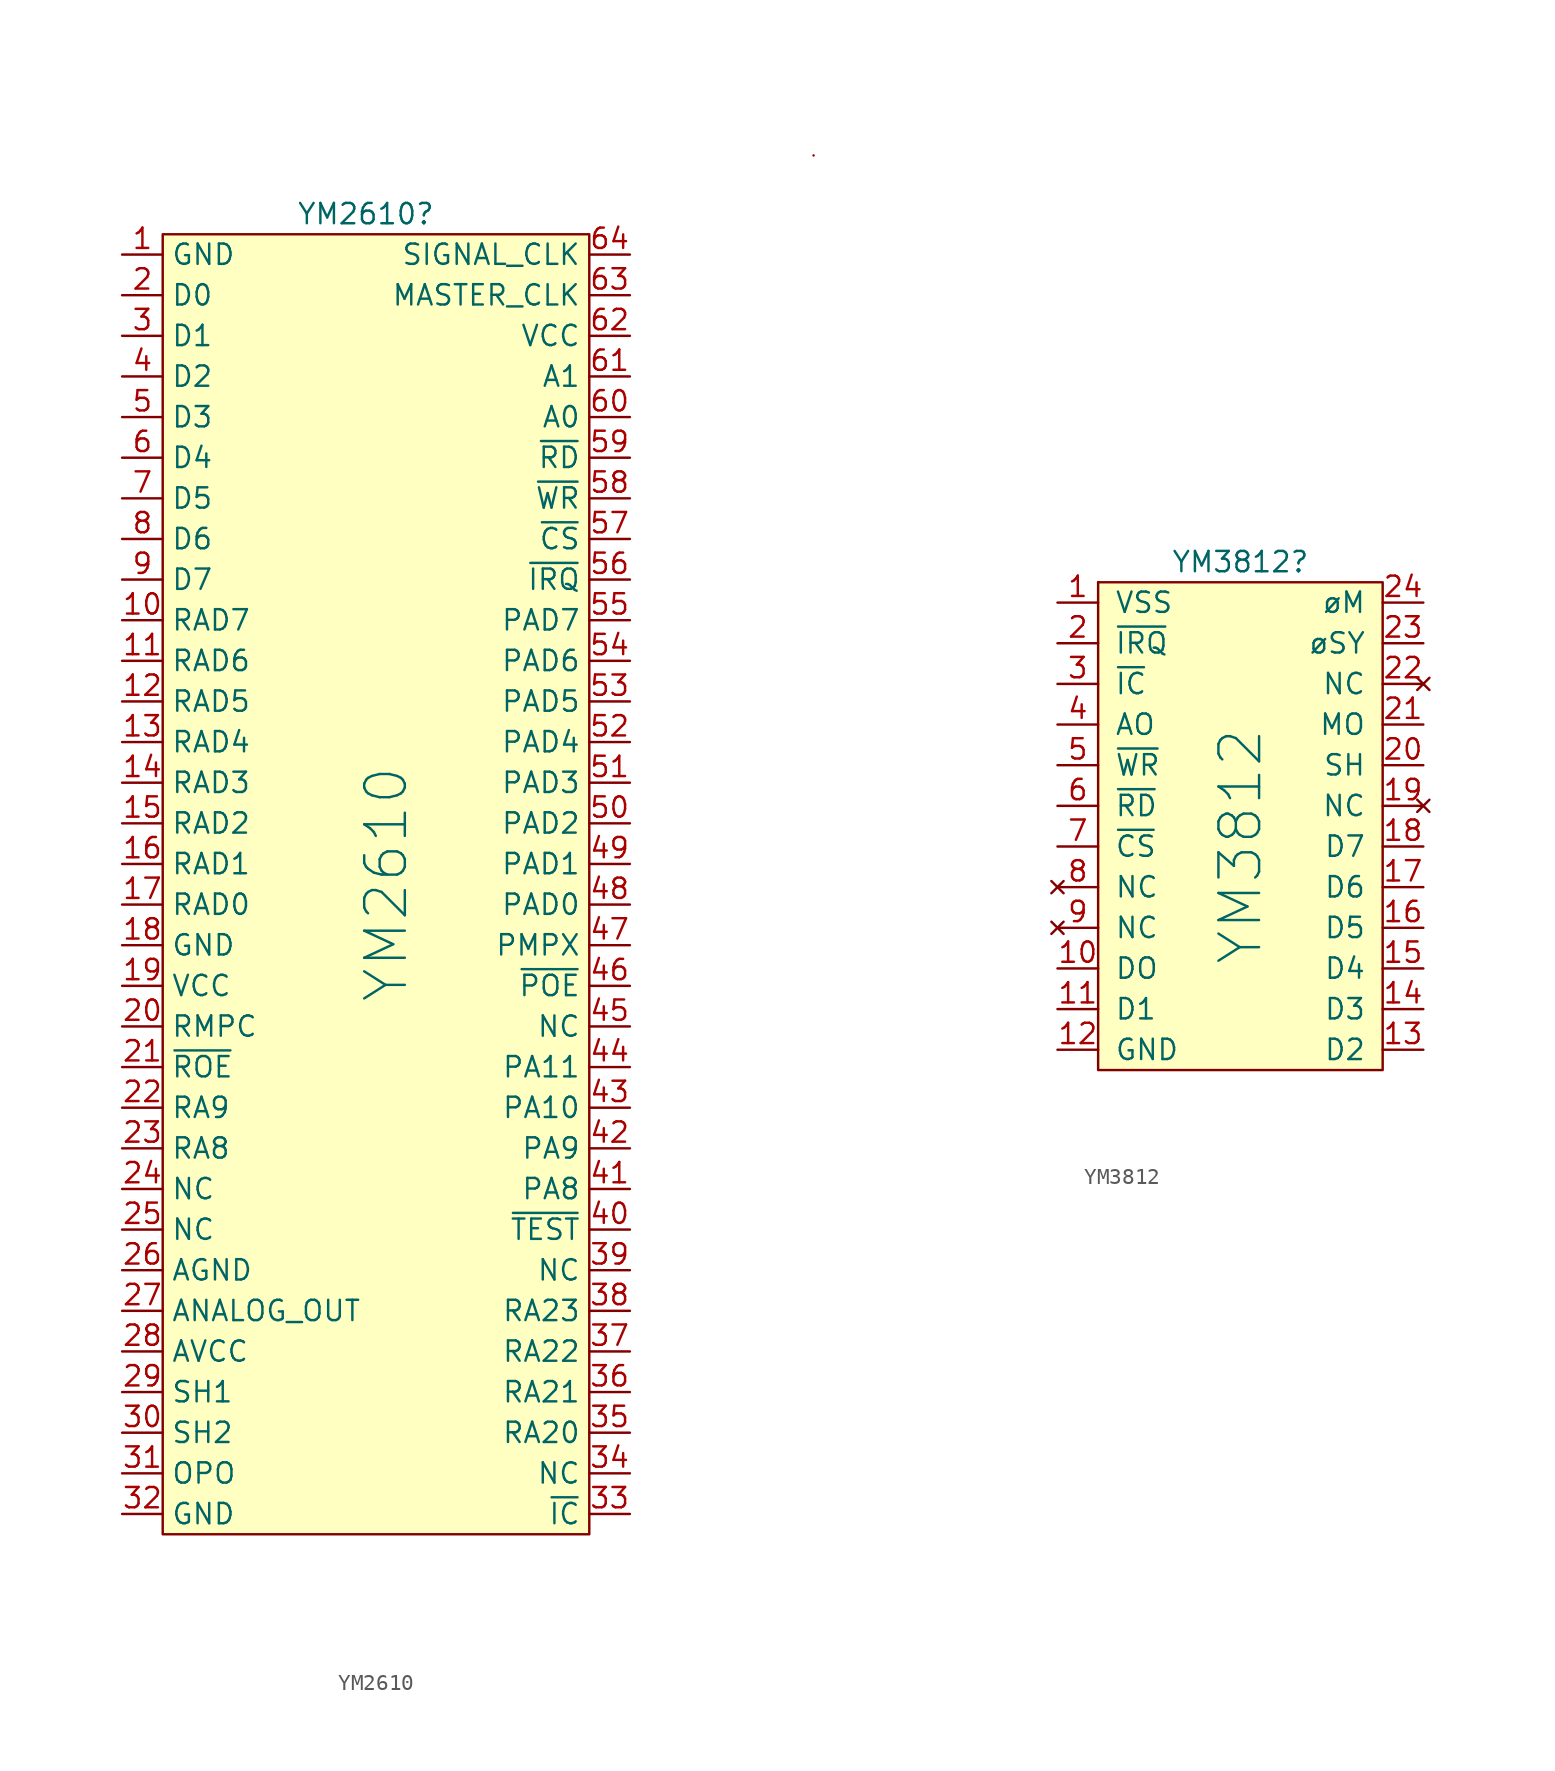
<source format=kicad_sym>
(kicad_symbol_lib
  (version 20220914)
  (generator kicad_symbol_editor)
  (symbol "YM2610"
    (property "Reference" "YM2610"
      (at -1.27 41.91 0)
      (effects (font (size 1.27 1.27))))
    (property "Value" "YM2610"
      (at 0 0 90)
      (effects (font (size 2.54 2.54))))
    (symbol "YM2610_0_0"
      (pin passive line (at -16.51 39.37 0) (length 2.54) (name "GND" (effects (font (size 1.27 1.27)))) (number "1" (effects (font (size 1.27 1.27)))))
      (pin bidirectional line (at -16.51 16.51 0) (length 2.54) (name "RAD7" (effects (font (size 1.27 1.27)))) (number "10" (effects (font (size 1.27 1.27)))))
      (pin bidirectional line (at -16.51 13.97 0) (length 2.54) (name "RAD6" (effects (font (size 1.27 1.27)))) (number "11" (effects (font (size 1.27 1.27)))))
      (pin bidirectional line (at -16.51 11.43 0) (length 2.54) (name "RAD5" (effects (font (size 1.27 1.27)))) (number "12" (effects (font (size 1.27 1.27)))))
      (pin bidirectional line (at -16.51 8.89 0) (length 2.54) (name "RAD4" (effects (font (size 1.27 1.27)))) (number "13" (effects (font (size 1.27 1.27)))))
      (pin bidirectional line (at -16.51 6.35 0) (length 2.54) (name "RAD3" (effects (font (size 1.27 1.27)))) (number "14" (effects (font (size 1.27 1.27)))))
      (pin bidirectional line (at -16.51 3.81 0) (length 2.54) (name "RAD2" (effects (font (size 1.27 1.27)))) (number "15" (effects (font (size 1.27 1.27)))))
      (pin bidirectional line (at -16.51 1.27 0) (length 2.54) (name "RAD1" (effects (font (size 1.27 1.27)))) (number "16" (effects (font (size 1.27 1.27)))))
      (pin bidirectional line (at -16.51 -1.27 0) (length 2.54) (name "RAD0" (effects (font (size 1.27 1.27)))) (number "17" (effects (font (size 1.27 1.27)))))
      (pin passive line (at -16.51 -3.81 0) (length 2.54) (name "GND" (effects (font (size 1.27 1.27)))) (number "18" (effects (font (size 1.27 1.27)))))
      (pin power_in line (at -16.51 -6.35 0) (length 2.54) (name "VCC" (effects (font (size 1.27 1.27)))) (number "19" (effects (font (size 1.27 1.27)))))
      (pin bidirectional line (at -16.51 36.83 0) (length 2.54) (name "D0" (effects (font (size 1.27 1.27)))) (number "2" (effects (font (size 1.27 1.27)))))
      (pin output line (at -16.51 -8.89 0) (length 2.54) (name "RMPC" (effects (font (size 1.27 1.27)))) (number "20" (effects (font (size 1.27 1.27)))))
      (pin output line (at -16.51 -11.43 0) (length 2.54) (name "~{ROE}" (effects (font (size 1.27 1.27)))) (number "21" (effects (font (size 1.27 1.27)))))
      (pin output line (at -16.51 -13.97 0) (length 2.54) (name "RA9" (effects (font (size 1.27 1.27)))) (number "22" (effects (font (size 1.27 1.27)))))
      (pin output line (at -16.51 -16.51 0) (length 2.54) (name "RA8" (effects (font (size 1.27 1.27)))) (number "23" (effects (font (size 1.27 1.27)))))
      (pin unspecified line (at -16.51 -19.05 0) (length 2.54) (name "NC" (effects (font (size 1.27 1.27)))) (number "24" (effects (font (size 1.27 1.27)))))
      (pin unspecified line (at -16.51 -21.59 0) (length 2.54) (name "NC" (effects (font (size 1.27 1.27)))) (number "25" (effects (font (size 1.27 1.27)))))
      (pin passive line (at -16.51 -24.13 0) (length 2.54) (name "AGND" (effects (font (size 1.27 1.27)))) (number "26" (effects (font (size 1.27 1.27)))))
      (pin output line (at -16.51 -26.67 0) (length 2.54) (name "ANALOG_OUT" (effects (font (size 1.27 1.27)))) (number "27" (effects (font (size 1.27 1.27)))))
      (pin input line (at -16.51 -29.21 0) (length 2.54) (name "AVCC" (effects (font (size 1.27 1.27)))) (number "28" (effects (font (size 1.27 1.27)))))
      (pin output line (at -16.51 -31.75 0) (length 2.54) (name "SH1" (effects (font (size 1.27 1.27)))) (number "29" (effects (font (size 1.27 1.27)))))
      (pin bidirectional line (at -16.51 34.29 0) (length 2.54) (name "D1" (effects (font (size 1.27 1.27)))) (number "3" (effects (font (size 1.27 1.27)))))
      (pin output line (at -16.51 -34.29 0) (length 2.54) (name "SH2" (effects (font (size 1.27 1.27)))) (number "30" (effects (font (size 1.27 1.27)))))
      (pin output line (at -16.51 -36.83 0) (length 2.54) (name "OPO" (effects (font (size 1.27 1.27)))) (number "31" (effects (font (size 1.27 1.27)))))
      (pin passive line (at -16.51 -39.37 0) (length 2.54) (name "GND" (effects (font (size 1.27 1.27)))) (number "32" (effects (font (size 1.27 1.27)))))
      (pin input line (at 15.24 -39.37 180) (length 2.54) (name "~{IC}" (effects (font (size 1.27 1.27)))) (number "33" (effects (font (size 1.27 1.27)))))
      (pin unspecified line (at 15.24 -36.83 180) (length 2.54) (name "NC" (effects (font (size 1.27 1.27)))) (number "34" (effects (font (size 1.27 1.27)))))
      (pin output line (at 15.24 -34.29 180) (length 2.54) (name "RA20" (effects (font (size 1.27 1.27)))) (number "35" (effects (font (size 1.27 1.27)))))
      (pin output line (at 15.24 -31.75 180) (length 2.54) (name "RA21" (effects (font (size 1.27 1.27)))) (number "36" (effects (font (size 1.27 1.27)))))
      (pin output line (at 15.24 -29.21 180) (length 2.54) (name "RA22" (effects (font (size 1.27 1.27)))) (number "37" (effects (font (size 1.27 1.27)))))
      (pin output line (at 15.24 -26.67 180) (length 2.54) (name "RA23" (effects (font (size 1.27 1.27)))) (number "38" (effects (font (size 1.27 1.27)))))
      (pin unspecified line (at 15.24 -24.13 180) (length 2.54) (name "NC" (effects (font (size 1.27 1.27)))) (number "39" (effects (font (size 1.27 1.27)))))
      (pin bidirectional line (at -16.51 31.75 0) (length 2.54) (name "D2" (effects (font (size 1.27 1.27)))) (number "4" (effects (font (size 1.27 1.27)))))
      (pin input line (at 15.24 -21.59 180) (length 2.54) (name "~{TEST}" (effects (font (size 1.27 1.27)))) (number "40" (effects (font (size 1.27 1.27)))))
      (pin output line (at 15.24 -19.05 180) (length 2.54) (name "PA8" (effects (font (size 1.27 1.27)))) (number "41" (effects (font (size 1.27 1.27)))))
      (pin output line (at 15.24 -16.51 180) (length 2.54) (name "PA9" (effects (font (size 1.27 1.27)))) (number "42" (effects (font (size 1.27 1.27)))))
      (pin output line (at 15.24 -13.97 180) (length 2.54) (name "PA10" (effects (font (size 1.27 1.27)))) (number "43" (effects (font (size 1.27 1.27)))))
      (pin output line (at 15.24 -11.43 180) (length 2.54) (name "PA11" (effects (font (size 1.27 1.27)))) (number "44" (effects (font (size 1.27 1.27)))))
      (pin unspecified line (at 15.24 -8.89 180) (length 2.54) (name "NC" (effects (font (size 1.27 1.27)))) (number "45" (effects (font (size 1.27 1.27)))))
      (pin output line (at 15.24 -6.35 180) (length 2.54) (name "~{POE}" (effects (font (size 1.27 1.27)))) (number "46" (effects (font (size 1.27 1.27)))))
      (pin output line (at 15.24 -3.81 180) (length 2.54) (name "PMPX" (effects (font (size 1.27 1.27)))) (number "47" (effects (font (size 1.27 1.27)))))
      (pin bidirectional line (at 15.24 -1.27 180) (length 2.54) (name "PAD0" (effects (font (size 1.27 1.27)))) (number "48" (effects (font (size 1.27 1.27)))))
      (pin bidirectional line (at 15.24 1.27 180) (length 2.54) (name "PAD1" (effects (font (size 1.27 1.27)))) (number "49" (effects (font (size 1.27 1.27)))))
      (pin bidirectional line (at -16.51 29.21 0) (length 2.54) (name "D3" (effects (font (size 1.27 1.27)))) (number "5" (effects (font (size 1.27 1.27)))))
      (pin bidirectional line (at 15.24 3.81 180) (length 2.54) (name "PAD2" (effects (font (size 1.27 1.27)))) (number "50" (effects (font (size 1.27 1.27)))))
      (pin bidirectional line (at 15.24 6.35 180) (length 2.54) (name "PAD3" (effects (font (size 1.27 1.27)))) (number "51" (effects (font (size 1.27 1.27)))))
      (pin bidirectional line (at 15.24 8.89 180) (length 2.54) (name "PAD4" (effects (font (size 1.27 1.27)))) (number "52" (effects (font (size 1.27 1.27)))))
      (pin bidirectional line (at 15.24 11.43 180) (length 2.54) (name "PAD5" (effects (font (size 1.27 1.27)))) (number "53" (effects (font (size 1.27 1.27)))))
      (pin bidirectional line (at 15.24 13.97 180) (length 2.54) (name "PAD6" (effects (font (size 1.27 1.27)))) (number "54" (effects (font (size 1.27 1.27)))))
      (pin bidirectional line (at 15.24 16.51 180) (length 2.54) (name "PAD7" (effects (font (size 1.27 1.27)))) (number "55" (effects (font (size 1.27 1.27)))))
      (pin output line (at 15.24 19.05 180) (length 2.54) (name "~{IRQ}" (effects (font (size 1.27 1.27)))) (number "56" (effects (font (size 1.27 1.27)))))
      (pin input line (at 15.24 21.59 180) (length 2.54) (name "~{CS}" (effects (font (size 1.27 1.27)))) (number "57" (effects (font (size 1.27 1.27)))))
      (pin input line (at 15.24 24.13 180) (length 2.54) (name "~{WR}" (effects (font (size 1.27 1.27)))) (number "58" (effects (font (size 1.27 1.27)))))
      (pin input line (at 15.24 26.67 180) (length 2.54) (name "~{RD}" (effects (font (size 1.27 1.27)))) (number "59" (effects (font (size 1.27 1.27)))))
      (pin bidirectional line (at -16.51 26.67 0) (length 2.54) (name "D4" (effects (font (size 1.27 1.27)))) (number "6" (effects (font (size 1.27 1.27)))))
      (pin input line (at 15.24 29.21 180) (length 2.54) (name "A0" (effects (font (size 1.27 1.27)))) (number "60" (effects (font (size 1.27 1.27)))))
      (pin input line (at 15.24 31.75 180) (length 2.54) (name "A1" (effects (font (size 1.27 1.27)))) (number "61" (effects (font (size 1.27 1.27)))))
      (pin power_in line (at 15.24 34.29 180) (length 2.54) (name "VCC" (effects (font (size 1.27 1.27)))) (number "62" (effects (font (size 1.27 1.27)))))
      (pin input line (at 15.24 36.83 180) (length 2.54) (name "MASTER_CLK" (effects (font (size 1.27 1.27)))) (number "63" (effects (font (size 1.27 1.27)))))
      (pin output line (at 15.24 39.37 180) (length 2.54) (name "SIGNAL_CLK" (effects (font (size 1.27 1.27)))) (number "64" (effects (font (size 1.27 1.27)))))
      (pin bidirectional line (at -16.51 24.13 0) (length 2.54) (name "D5" (effects (font (size 1.27 1.27)))) (number "7" (effects (font (size 1.27 1.27)))))
      (pin bidirectional line (at -16.51 21.59 0) (length 2.54) (name "D6" (effects (font (size 1.27 1.27)))) (number "8" (effects (font (size 1.27 1.27)))))
      (pin bidirectional line (at -16.51 19.05 0) (length 2.54) (name "D7" (effects (font (size 1.27 1.27)))) (number "9" (effects (font (size 1.27 1.27))))))
    (symbol "YM2610_1_1"
      (rectangle (start -13.97 40.64) (end 12.7 -40.64) (stroke (width 0) (type default)) (fill (type background)))))
  (symbol "YM3812"
    (pin_names
      (offset 1.016))
    (property "Reference" "YM3812"
      (at 0 17.78 0)
      (effects (font (size 1.27 1.27))))
    (property "Value" "YM3812"
      (at 0 0 90)
      (effects (font (size 2.54 2.54))))
    (symbol "YM3812_0_1"
      (rectangle (start -26.67 43.18) (end -26.67 43.18) (stroke (width 0) (type solid)) (fill (type none)))
      (rectangle (start -8.89 16.51) (end -8.89 16.51) (stroke (width 0) (type solid)) (fill (type none)))
      (rectangle (start -8.89 16.51) (end 8.89 -13.97) (stroke (width 0) (type solid)) (fill (type background))))
    (symbol "YM3812_1_1"
      (pin input line (at -11.43 15.24 0) (length 2.54) (name "VSS" (effects (font (size 1.27 1.27)))) (number "1" (effects (font (size 1.27 1.27)))))
      (pin bidirectional line (at -11.43 -7.62 0) (length 2.54) (name "DO" (effects (font (size 1.27 1.27)))) (number "10" (effects (font (size 1.27 1.27)))))
      (pin bidirectional line (at -11.43 -10.16 0) (length 2.54) (name "D1" (effects (font (size 1.27 1.27)))) (number "11" (effects (font (size 1.27 1.27)))))
      (pin input line (at -11.43 -12.7 0) (length 2.54) (name "GND" (effects (font (size 1.27 1.27)))) (number "12" (effects (font (size 1.27 1.27)))))
      (pin bidirectional line (at 11.43 -12.7 180) (length 2.54) (name "D2" (effects (font (size 1.27 1.27)))) (number "13" (effects (font (size 1.27 1.27)))))
      (pin bidirectional line (at 11.43 -10.16 180) (length 2.54) (name "D3" (effects (font (size 1.27 1.27)))) (number "14" (effects (font (size 1.27 1.27)))))
      (pin bidirectional line (at 11.43 -7.62 180) (length 2.54) (name "D4" (effects (font (size 1.27 1.27)))) (number "15" (effects (font (size 1.27 1.27)))))
      (pin bidirectional line (at 11.43 -5.08 180) (length 2.54) (name "D5" (effects (font (size 1.27 1.27)))) (number "16" (effects (font (size 1.27 1.27)))))
      (pin bidirectional line (at 11.43 -2.54 180) (length 2.54) (name "D6" (effects (font (size 1.27 1.27)))) (number "17" (effects (font (size 1.27 1.27)))))
      (pin bidirectional line (at 11.43 0 180) (length 2.54) (name "D7" (effects (font (size 1.27 1.27)))) (number "18" (effects (font (size 1.27 1.27)))))
      (pin no_connect line (at 11.43 2.54 180) (length 2.54) (name "NC" (effects (font (size 1.27 1.27)))) (number "19" (effects (font (size 1.27 1.27)))))
      (pin input line (at -11.43 12.7 0) (length 2.54) (name "~{IRQ}" (effects (font (size 1.27 1.27)))) (number "2" (effects (font (size 1.27 1.27)))))
      (pin input line (at 11.43 5.08 180) (length 2.54) (name "SH" (effects (font (size 1.27 1.27)))) (number "20" (effects (font (size 1.27 1.27)))))
      (pin input line (at 11.43 7.62 180) (length 2.54) (name "MO" (effects (font (size 1.27 1.27)))) (number "21" (effects (font (size 1.27 1.27)))))
      (pin no_connect line (at 11.43 10.16 180) (length 2.54) (name "NC" (effects (font (size 1.27 1.27)))) (number "22" (effects (font (size 1.27 1.27)))))
      (pin input line (at 11.43 12.7 180) (length 2.54) (name "øSY" (effects (font (size 1.27 1.27)))) (number "23" (effects (font (size 1.27 1.27)))))
      (pin input line (at 11.43 15.24 180) (length 2.54) (name "øM" (effects (font (size 1.27 1.27)))) (number "24" (effects (font (size 1.27 1.27)))))
      (pin input line (at -11.43 10.16 0) (length 2.54) (name "~{IC}" (effects (font (size 1.27 1.27)))) (number "3" (effects (font (size 1.27 1.27)))))
      (pin input line (at -11.43 7.62 0) (length 2.54) (name "AO" (effects (font (size 1.27 1.27)))) (number "4" (effects (font (size 1.27 1.27)))))
      (pin input line (at -11.43 5.08 0) (length 2.54) (name "~{WR}" (effects (font (size 1.27 1.27)))) (number "5" (effects (font (size 1.27 1.27)))))
      (pin input line (at -11.43 2.54 0) (length 2.54) (name "~{RD}" (effects (font (size 1.27 1.27)))) (number "6" (effects (font (size 1.27 1.27)))))
      (pin input line (at -11.43 0 0) (length 2.54) (name "~{CS}" (effects (font (size 1.27 1.27)))) (number "7" (effects (font (size 1.27 1.27)))))
      (pin no_connect line (at -11.43 -2.54 0) (length 2.54) (name "NC" (effects (font (size 1.27 1.27)))) (number "8" (effects (font (size 1.27 1.27)))))
      (pin no_connect line (at -11.43 -5.08 0) (length 2.54) (name "NC" (effects (font (size 1.27 1.27)))) (number "9" (effects (font (size 1.27 1.27))))))))
</source>
